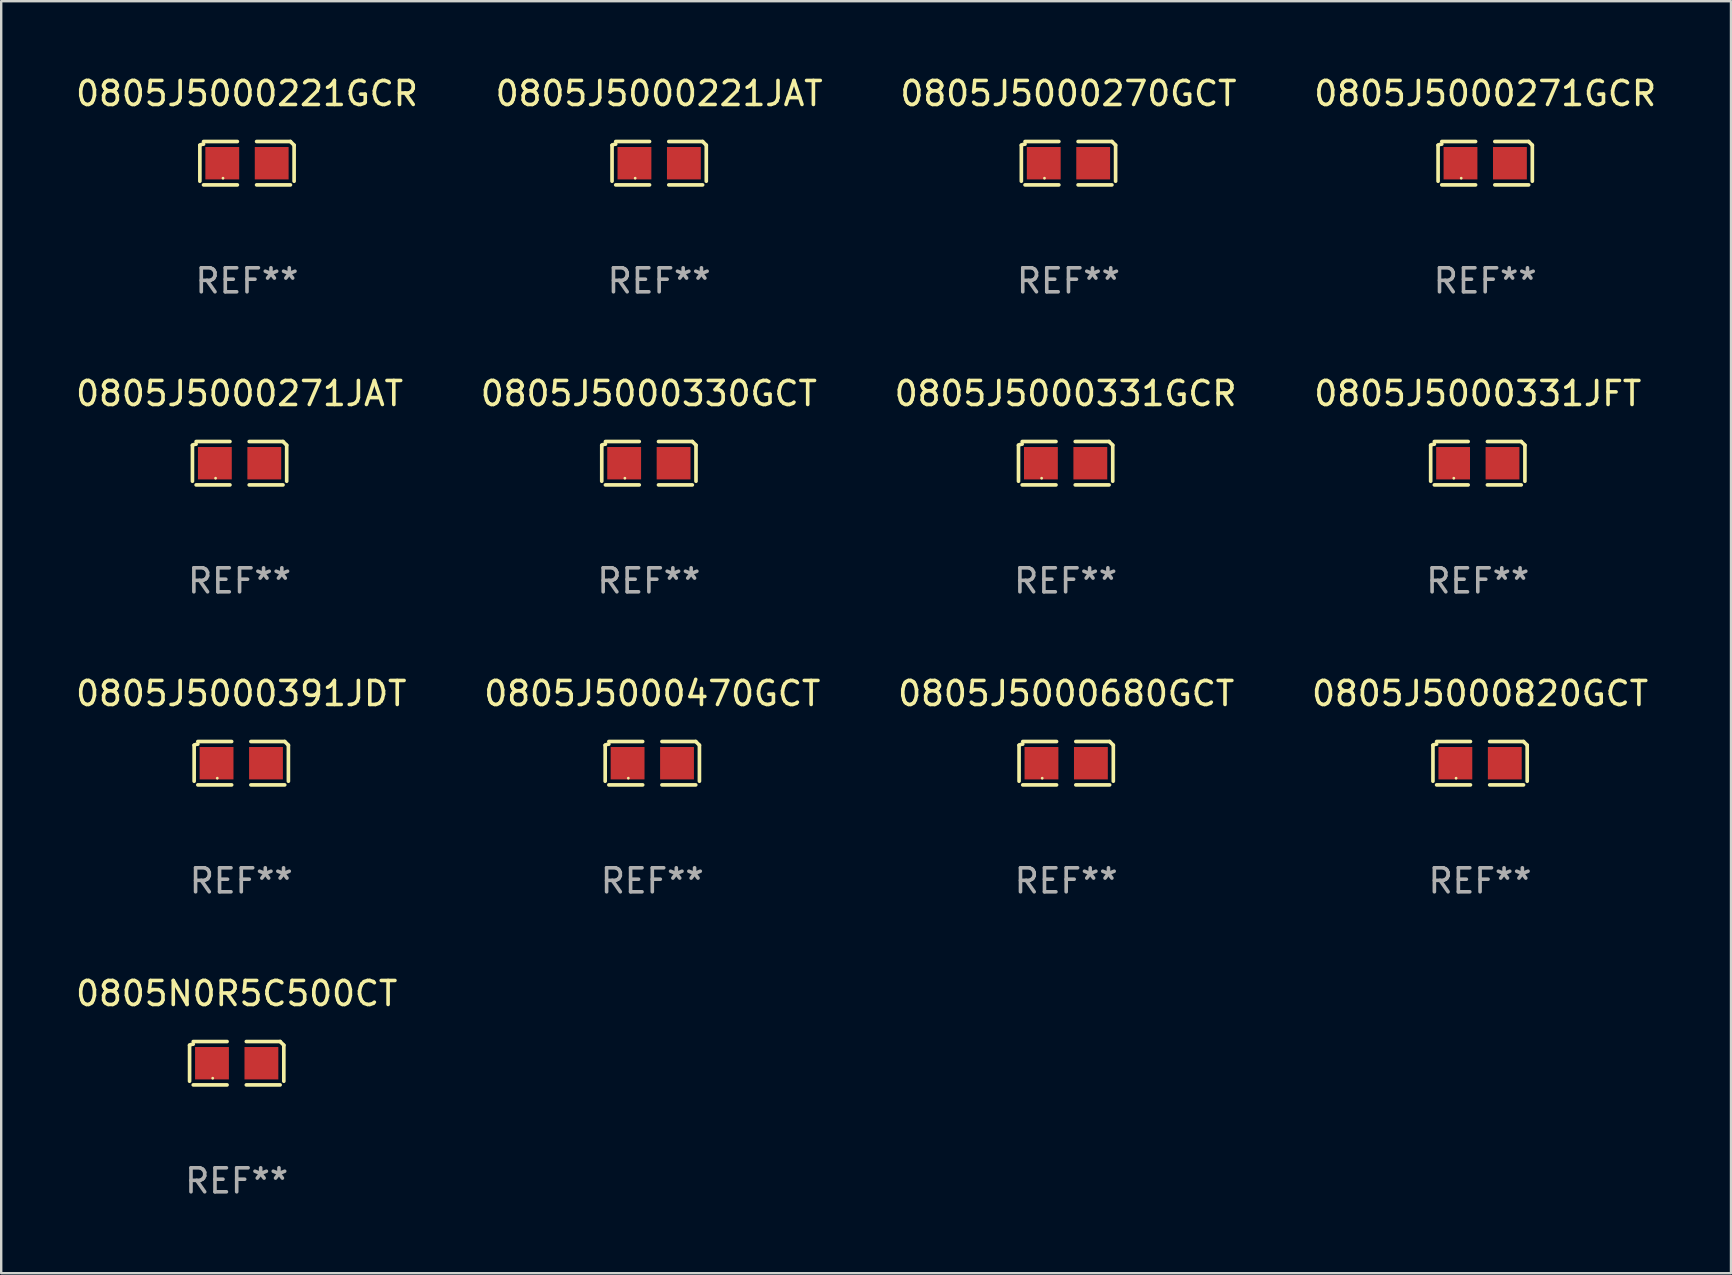
<source format=kicad_pcb>
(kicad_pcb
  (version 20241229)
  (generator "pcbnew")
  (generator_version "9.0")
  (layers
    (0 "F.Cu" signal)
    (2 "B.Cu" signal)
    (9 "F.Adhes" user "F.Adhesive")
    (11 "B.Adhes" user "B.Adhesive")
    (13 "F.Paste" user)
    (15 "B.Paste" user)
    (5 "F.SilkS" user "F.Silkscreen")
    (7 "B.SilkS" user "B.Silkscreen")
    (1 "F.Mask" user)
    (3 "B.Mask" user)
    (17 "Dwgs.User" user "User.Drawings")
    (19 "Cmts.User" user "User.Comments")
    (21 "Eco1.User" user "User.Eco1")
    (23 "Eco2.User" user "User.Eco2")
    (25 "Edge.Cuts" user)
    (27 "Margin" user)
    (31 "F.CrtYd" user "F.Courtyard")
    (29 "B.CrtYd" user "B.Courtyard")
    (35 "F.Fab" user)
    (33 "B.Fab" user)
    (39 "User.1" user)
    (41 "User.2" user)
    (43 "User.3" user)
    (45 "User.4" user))
  (footprint "0805J5000271JAT"
    (layer "F.Cu")
    (at 6.935 16.256)
    (property "Reference" "0805J5000271JAT" (at 0 -2.904 0) (layer "F.SilkS") (effects (font (size 1 1) (thickness 0.15))))
    (attr through_hole)
    (fp_line (start -1.964 0.751) (end -1.964 -0.751) (stroke (width 0.152) (type solid)) (layer "F.SilkS"))
    (fp_line (start -1.811 -0.904) (end -0.401 -0.904) (stroke (width 0.152) (type solid)) (layer "F.SilkS"))
    (fp_line (start -0.401 0.904) (end -1.811 0.904) (stroke (width 0.152) (type solid)) (layer "F.SilkS"))
    (fp_line (start 0.401 0.904) (end 1.811 0.904) (stroke (width 0.152) (type solid)) (layer "F.SilkS"))
    (fp_line (start 1.811 -0.904) (end 0.401 -0.904) (stroke (width 0.152) (type solid)) (layer "F.SilkS"))
    (fp_line (start 1.964 0.751) (end 1.964 -0.751) (stroke (width 0.152) (type solid)) (layer "F.SilkS"))
    (fp_arc (start -1.963602 -0.751207) (mid -1.890354 -0.783131) (end -1.811201 -0.794044) (stroke (width 0.1524) (type solid)) (layer "F.SilkS"))
    (fp_arc (start 1.811202 -0.903607) (mid 1.887413 -0.827418) (end 1.963602 -0.751207) (stroke (width 0.1524) (type solid)) (layer "F.SilkS"))
    (fp_circle (center -1 0.625) (end -0.97 0.625) (stroke (width 0.06) (type solid)) (fill no) (layer "F.SilkS"))
    (fp_text user "REF**" (at 0 4.904 0) (layer "F.Fab") (effects (font (size 1 1) (thickness 0.15))))
    (pad "1" smd rect (at -1.03 0) (size 1.41 1.35) (layers "F.Cu" "F.Mask" "F.Paste"))
    (pad "2" smd rect (at 1.03 0) (size 1.41 1.35) (layers "F.Cu" "F.Mask" "F.Paste")))
  (footprint "0805J5000331GCR"
    (layer "F.Cu")
    (at 41.363 16.256)
    (property "Reference" "0805J5000331GCR" (at 0 -2.904 0) (layer "F.SilkS") (effects (font (size 1 1) (thickness 0.15))))
    (attr through_hole)
    (fp_line (start -1.964 0.751) (end -1.964 -0.751) (stroke (width 0.152) (type solid)) (layer "F.SilkS"))
    (fp_line (start -1.811 -0.904) (end -0.401 -0.904) (stroke (width 0.152) (type solid)) (layer "F.SilkS"))
    (fp_line (start -0.401 0.904) (end -1.811 0.904) (stroke (width 0.152) (type solid)) (layer "F.SilkS"))
    (fp_line (start 0.401 0.904) (end 1.811 0.904) (stroke (width 0.152) (type solid)) (layer "F.SilkS"))
    (fp_line (start 1.811 -0.904) (end 0.401 -0.904) (stroke (width 0.152) (type solid)) (layer "F.SilkS"))
    (fp_line (start 1.964 0.751) (end 1.964 -0.751) (stroke (width 0.152) (type solid)) (layer "F.SilkS"))
    (fp_arc (start -1.963602 -0.751207) (mid -1.890354 -0.783131) (end -1.811201 -0.794044) (stroke (width 0.1524) (type solid)) (layer "F.SilkS"))
    (fp_arc (start 1.811202 -0.903607) (mid 1.887413 -0.827418) (end 1.963602 -0.751207) (stroke (width 0.1524) (type solid)) (layer "F.SilkS"))
    (fp_circle (center -1 0.625) (end -0.97 0.625) (stroke (width 0.06) (type solid)) (fill no) (layer "F.SilkS"))
    (fp_text user "REF**" (at 0 4.904 0) (layer "F.Fab") (effects (font (size 1 1) (thickness 0.15))))
    (pad "1" smd rect (at -1.03 0) (size 1.41 1.35) (layers "F.Cu" "F.Mask" "F.Paste"))
    (pad "2" smd rect (at 1.03 0) (size 1.41 1.35) (layers "F.Cu" "F.Mask" "F.Paste")))
  (footprint "0805J5000221JAT"
    (layer "F.Cu")
    (at 24.423 3.752)
    (property "Reference" "0805J5000221JAT" (at 0 -2.904 0) (layer "F.SilkS") (effects (font (size 1 1) (thickness 0.15))))
    (attr through_hole)
    (fp_line (start -1.964 0.751) (end -1.964 -0.751) (stroke (width 0.152) (type solid)) (layer "F.SilkS"))
    (fp_line (start -1.811 -0.904) (end -0.401 -0.904) (stroke (width 0.152) (type solid)) (layer "F.SilkS"))
    (fp_line (start -0.401 0.904) (end -1.811 0.904) (stroke (width 0.152) (type solid)) (layer "F.SilkS"))
    (fp_line (start 0.401 0.904) (end 1.811 0.904) (stroke (width 0.152) (type solid)) (layer "F.SilkS"))
    (fp_line (start 1.811 -0.904) (end 0.401 -0.904) (stroke (width 0.152) (type solid)) (layer "F.SilkS"))
    (fp_line (start 1.964 0.751) (end 1.964 -0.751) (stroke (width 0.152) (type solid)) (layer "F.SilkS"))
    (fp_arc (start -1.963602 -0.751207) (mid -1.890354 -0.783131) (end -1.811201 -0.794044) (stroke (width 0.1524) (type solid)) (layer "F.SilkS"))
    (fp_arc (start 1.811202 -0.903607) (mid 1.887413 -0.827418) (end 1.963602 -0.751207) (stroke (width 0.1524) (type solid)) (layer "F.SilkS"))
    (fp_circle (center -1 0.625) (end -0.97 0.625) (stroke (width 0.06) (type solid)) (fill no) (layer "F.SilkS"))
    (fp_text user "REF**" (at 0 4.904 0) (layer "F.Fab") (effects (font (size 1 1) (thickness 0.15))))
    (pad "1" smd rect (at -1.03 0) (size 1.41 1.35) (layers "F.Cu" "F.Mask" "F.Paste"))
    (pad "2" smd rect (at 1.03 0) (size 1.41 1.35) (layers "F.Cu" "F.Mask" "F.Paste")))
  (footprint "0805J5000820GCT"
    (layer "F.Cu")
    (at 58.637 28.759)
    (property "Reference" "0805J5000820GCT" (at 0 -2.904 0) (layer "F.SilkS") (effects (font (size 1 1) (thickness 0.15))))
    (attr through_hole)
    (fp_line (start -1.964 0.751) (end -1.964 -0.751) (stroke (width 0.152) (type solid)) (layer "F.SilkS"))
    (fp_line (start -1.811 -0.904) (end -0.401 -0.904) (stroke (width 0.152) (type solid)) (layer "F.SilkS"))
    (fp_line (start -0.401 0.904) (end -1.811 0.904) (stroke (width 0.152) (type solid)) (layer "F.SilkS"))
    (fp_line (start 0.401 0.904) (end 1.811 0.904) (stroke (width 0.152) (type solid)) (layer "F.SilkS"))
    (fp_line (start 1.811 -0.904) (end 0.401 -0.904) (stroke (width 0.152) (type solid)) (layer "F.SilkS"))
    (fp_line (start 1.964 0.751) (end 1.964 -0.751) (stroke (width 0.152) (type solid)) (layer "F.SilkS"))
    (fp_arc (start -1.963602 -0.751207) (mid -1.890354 -0.783131) (end -1.811201 -0.794044) (stroke (width 0.1524) (type solid)) (layer "F.SilkS"))
    (fp_arc (start 1.811202 -0.903607) (mid 1.887413 -0.827418) (end 1.963602 -0.751207) (stroke (width 0.1524) (type solid)) (layer "F.SilkS"))
    (fp_circle (center -1 0.625) (end -0.97 0.625) (stroke (width 0.06) (type solid)) (fill no) (layer "F.SilkS"))
    (fp_text user "REF**" (at 0 4.904 0) (layer "F.Fab") (effects (font (size 1 1) (thickness 0.15))))
    (pad "1" smd rect (at -1.03 0) (size 1.41 1.35) (layers "F.Cu" "F.Mask" "F.Paste"))
    (pad "2" smd rect (at 1.03 0) (size 1.41 1.35) (layers "F.Cu" "F.Mask" "F.Paste")))
  (footprint "0805J5000271GCR"
    (layer "F.Cu")
    (at 58.851 3.752)
    (property "Reference" "0805J5000271GCR" (at 0 -2.904 0) (layer "F.SilkS") (effects (font (size 1 1) (thickness 0.15))))
    (attr through_hole)
    (fp_line (start -1.964 0.751) (end -1.964 -0.751) (stroke (width 0.152) (type solid)) (layer "F.SilkS"))
    (fp_line (start -1.811 -0.904) (end -0.401 -0.904) (stroke (width 0.152) (type solid)) (layer "F.SilkS"))
    (fp_line (start -0.401 0.904) (end -1.811 0.904) (stroke (width 0.152) (type solid)) (layer "F.SilkS"))
    (fp_line (start 0.401 0.904) (end 1.811 0.904) (stroke (width 0.152) (type solid)) (layer "F.SilkS"))
    (fp_line (start 1.811 -0.904) (end 0.401 -0.904) (stroke (width 0.152) (type solid)) (layer "F.SilkS"))
    (fp_line (start 1.964 0.751) (end 1.964 -0.751) (stroke (width 0.152) (type solid)) (layer "F.SilkS"))
    (fp_arc (start -1.963602 -0.751207) (mid -1.890354 -0.783131) (end -1.811201 -0.794044) (stroke (width 0.1524) (type solid)) (layer "F.SilkS"))
    (fp_arc (start 1.811202 -0.903607) (mid 1.887413 -0.827418) (end 1.963602 -0.751207) (stroke (width 0.1524) (type solid)) (layer "F.SilkS"))
    (fp_circle (center -1 0.625) (end -0.97 0.625) (stroke (width 0.06) (type solid)) (fill no) (layer "F.SilkS"))
    (fp_text user "REF**" (at 0 4.904 0) (layer "F.Fab") (effects (font (size 1 1) (thickness 0.15))))
    (pad "1" smd rect (at -1.03 0) (size 1.41 1.35) (layers "F.Cu" "F.Mask" "F.Paste"))
    (pad "2" smd rect (at 1.03 0) (size 1.41 1.35) (layers "F.Cu" "F.Mask" "F.Paste")))
  (footprint "0805J5000221GCR"
    (layer "F.Cu")
    (at 7.244 3.752)
    (property "Reference" "0805J5000221GCR" (at 0 -2.904 0) (layer "F.SilkS") (effects (font (size 1 1) (thickness 0.15))))
    (attr through_hole)
    (fp_line (start -1.964 0.751) (end -1.964 -0.751) (stroke (width 0.152) (type solid)) (layer "F.SilkS"))
    (fp_line (start -1.811 -0.904) (end -0.401 -0.904) (stroke (width 0.152) (type solid)) (layer "F.SilkS"))
    (fp_line (start -0.401 0.904) (end -1.811 0.904) (stroke (width 0.152) (type solid)) (layer "F.SilkS"))
    (fp_line (start 0.401 0.904) (end 1.811 0.904) (stroke (width 0.152) (type solid)) (layer "F.SilkS"))
    (fp_line (start 1.811 -0.904) (end 0.401 -0.904) (stroke (width 0.152) (type solid)) (layer "F.SilkS"))
    (fp_line (start 1.964 0.751) (end 1.964 -0.751) (stroke (width 0.152) (type solid)) (layer "F.SilkS"))
    (fp_arc (start -1.963602 -0.751207) (mid -1.890354 -0.783131) (end -1.811201 -0.794044) (stroke (width 0.1524) (type solid)) (layer "F.SilkS"))
    (fp_arc (start 1.811202 -0.903607) (mid 1.887413 -0.827418) (end 1.963602 -0.751207) (stroke (width 0.1524) (type solid)) (layer "F.SilkS"))
    (fp_circle (center -1 0.625) (end -0.97 0.625) (stroke (width 0.06) (type solid)) (fill no) (layer "F.SilkS"))
    (fp_text user "REF**" (at 0 4.904 0) (layer "F.Fab") (effects (font (size 1 1) (thickness 0.15))))
    (pad "1" smd rect (at -1.03 0) (size 1.41 1.35) (layers "F.Cu" "F.Mask" "F.Paste"))
    (pad "2" smd rect (at 1.03 0) (size 1.41 1.35) (layers "F.Cu" "F.Mask" "F.Paste")))
  (footprint "0805N0R5C500CT"
    (layer "F.Cu")
    (at 6.815 41.263)
    (property "Reference" "0805N0R5C500CT" (at 0 -2.904 0) (layer "F.SilkS") (effects (font (size 1 1) (thickness 0.15))))
    (attr through_hole)
    (fp_line (start -1.964 0.751) (end -1.964 -0.751) (stroke (width 0.152) (type solid)) (layer "F.SilkS"))
    (fp_line (start -1.811 -0.904) (end -0.401 -0.904) (stroke (width 0.152) (type solid)) (layer "F.SilkS"))
    (fp_line (start -0.401 0.904) (end -1.811 0.904) (stroke (width 0.152) (type solid)) (layer "F.SilkS"))
    (fp_line (start 0.401 0.904) (end 1.811 0.904) (stroke (width 0.152) (type solid)) (layer "F.SilkS"))
    (fp_line (start 1.811 -0.904) (end 0.401 -0.904) (stroke (width 0.152) (type solid)) (layer "F.SilkS"))
    (fp_line (start 1.964 0.751) (end 1.964 -0.751) (stroke (width 0.152) (type solid)) (layer "F.SilkS"))
    (fp_arc (start -1.963602 -0.751207) (mid -1.890354 -0.783131) (end -1.811201 -0.794044) (stroke (width 0.1524) (type solid)) (layer "F.SilkS"))
    (fp_arc (start 1.811202 -0.903607) (mid 1.887413 -0.827418) (end 1.963602 -0.751207) (stroke (width 0.1524) (type solid)) (layer "F.SilkS"))
    (fp_circle (center -1 0.625) (end -0.97 0.625) (stroke (width 0.06) (type solid)) (fill no) (layer "F.SilkS"))
    (fp_text user "REF**" (at 0 4.904 0) (layer "F.Fab") (effects (font (size 1 1) (thickness 0.15))))
    (pad "1" smd rect (at -1.03 0) (size 1.41 1.35) (layers "F.Cu" "F.Mask" "F.Paste"))
    (pad "2" smd rect (at 1.03 0) (size 1.41 1.35) (layers "F.Cu" "F.Mask" "F.Paste")))
  (footprint "0805J5000470GCT"
    (layer "F.Cu")
    (at 24.137 28.759)
    (property "Reference" "0805J5000470GCT" (at 0 -2.904 0) (layer "F.SilkS") (effects (font (size 1 1) (thickness 0.15))))
    (attr through_hole)
    (fp_line (start -1.964 0.751) (end -1.964 -0.751) (stroke (width 0.152) (type solid)) (layer "F.SilkS"))
    (fp_line (start -1.811 -0.904) (end -0.401 -0.904) (stroke (width 0.152) (type solid)) (layer "F.SilkS"))
    (fp_line (start -0.401 0.904) (end -1.811 0.904) (stroke (width 0.152) (type solid)) (layer "F.SilkS"))
    (fp_line (start 0.401 0.904) (end 1.811 0.904) (stroke (width 0.152) (type solid)) (layer "F.SilkS"))
    (fp_line (start 1.811 -0.904) (end 0.401 -0.904) (stroke (width 0.152) (type solid)) (layer "F.SilkS"))
    (fp_line (start 1.964 0.751) (end 1.964 -0.751) (stroke (width 0.152) (type solid)) (layer "F.SilkS"))
    (fp_arc (start -1.963602 -0.751207) (mid -1.890354 -0.783131) (end -1.811201 -0.794044) (stroke (width 0.1524) (type solid)) (layer "F.SilkS"))
    (fp_arc (start 1.811202 -0.903607) (mid 1.887413 -0.827418) (end 1.963602 -0.751207) (stroke (width 0.1524) (type solid)) (layer "F.SilkS"))
    (fp_circle (center -1 0.625) (end -0.97 0.625) (stroke (width 0.06) (type solid)) (fill no) (layer "F.SilkS"))
    (fp_text user "REF**" (at 0 4.904 0) (layer "F.Fab") (effects (font (size 1 1) (thickness 0.15))))
    (pad "1" smd rect (at -1.03 0) (size 1.41 1.35) (layers "F.Cu" "F.Mask" "F.Paste"))
    (pad "2" smd rect (at 1.03 0) (size 1.41 1.35) (layers "F.Cu" "F.Mask" "F.Paste")))
  (footprint "0805J5000331JFT"
    (layer "F.Cu")
    (at 58.542 16.256)
    (property "Reference" "0805J5000331JFT" (at 0 -2.904 0) (layer "F.SilkS") (effects (font (size 1 1) (thickness 0.15))))
    (attr through_hole)
    (fp_line (start -1.964 0.751) (end -1.964 -0.751) (stroke (width 0.152) (type solid)) (layer "F.SilkS"))
    (fp_line (start -1.811 -0.904) (end -0.401 -0.904) (stroke (width 0.152) (type solid)) (layer "F.SilkS"))
    (fp_line (start -0.401 0.904) (end -1.811 0.904) (stroke (width 0.152) (type solid)) (layer "F.SilkS"))
    (fp_line (start 0.401 0.904) (end 1.811 0.904) (stroke (width 0.152) (type solid)) (layer "F.SilkS"))
    (fp_line (start 1.811 -0.904) (end 0.401 -0.904) (stroke (width 0.152) (type solid)) (layer "F.SilkS"))
    (fp_line (start 1.964 0.751) (end 1.964 -0.751) (stroke (width 0.152) (type solid)) (layer "F.SilkS"))
    (fp_arc (start -1.963602 -0.751207) (mid -1.890354 -0.783131) (end -1.811201 -0.794044) (stroke (width 0.1524) (type solid)) (layer "F.SilkS"))
    (fp_arc (start 1.811202 -0.903607) (mid 1.887413 -0.827418) (end 1.963602 -0.751207) (stroke (width 0.1524) (type solid)) (layer "F.SilkS"))
    (fp_circle (center -1 0.625) (end -0.97 0.625) (stroke (width 0.06) (type solid)) (fill no) (layer "F.SilkS"))
    (fp_text user "REF**" (at 0 4.904 0) (layer "F.Fab") (effects (font (size 1 1) (thickness 0.15))))
    (pad "1" smd rect (at -1.03 0) (size 1.41 1.35) (layers "F.Cu" "F.Mask" "F.Paste"))
    (pad "2" smd rect (at 1.03 0) (size 1.41 1.35) (layers "F.Cu" "F.Mask" "F.Paste")))
  (footprint "0805J5000680GCT"
    (layer "F.Cu")
    (at 41.387 28.759)
    (property "Reference" "0805J5000680GCT" (at 0 -2.904 0) (layer "F.SilkS") (effects (font (size 1 1) (thickness 0.15))))
    (attr through_hole)
    (fp_line (start -1.964 0.751) (end -1.964 -0.751) (stroke (width 0.152) (type solid)) (layer "F.SilkS"))
    (fp_line (start -1.811 -0.904) (end -0.401 -0.904) (stroke (width 0.152) (type solid)) (layer "F.SilkS"))
    (fp_line (start -0.401 0.904) (end -1.811 0.904) (stroke (width 0.152) (type solid)) (layer "F.SilkS"))
    (fp_line (start 0.401 0.904) (end 1.811 0.904) (stroke (width 0.152) (type solid)) (layer "F.SilkS"))
    (fp_line (start 1.811 -0.904) (end 0.401 -0.904) (stroke (width 0.152) (type solid)) (layer "F.SilkS"))
    (fp_line (start 1.964 0.751) (end 1.964 -0.751) (stroke (width 0.152) (type solid)) (layer "F.SilkS"))
    (fp_arc (start -1.963602 -0.751207) (mid -1.890354 -0.783131) (end -1.811201 -0.794044) (stroke (width 0.1524) (type solid)) (layer "F.SilkS"))
    (fp_arc (start 1.811202 -0.903607) (mid 1.887413 -0.827418) (end 1.963602 -0.751207) (stroke (width 0.1524) (type solid)) (layer "F.SilkS"))
    (fp_circle (center -1 0.625) (end -0.97 0.625) (stroke (width 0.06) (type solid)) (fill no) (layer "F.SilkS"))
    (fp_text user "REF**" (at 0 4.904 0) (layer "F.Fab") (effects (font (size 1 1) (thickness 0.15))))
    (pad "1" smd rect (at -1.03 0) (size 1.41 1.35) (layers "F.Cu" "F.Mask" "F.Paste"))
    (pad "2" smd rect (at 1.03 0) (size 1.41 1.35) (layers "F.Cu" "F.Mask" "F.Paste")))
  (footprint "0805J5000391JDT"
    (layer "F.Cu")
    (at 7.006 28.759)
    (property "Reference" "0805J5000391JDT" (at 0 -2.904 0) (layer "F.SilkS") (effects (font (size 1 1) (thickness 0.15))))
    (attr through_hole)
    (fp_line (start -1.964 0.751) (end -1.964 -0.751) (stroke (width 0.152) (type solid)) (layer "F.SilkS"))
    (fp_line (start -1.811 -0.904) (end -0.401 -0.904) (stroke (width 0.152) (type solid)) (layer "F.SilkS"))
    (fp_line (start -0.401 0.904) (end -1.811 0.904) (stroke (width 0.152) (type solid)) (layer "F.SilkS"))
    (fp_line (start 0.401 0.904) (end 1.811 0.904) (stroke (width 0.152) (type solid)) (layer "F.SilkS"))
    (fp_line (start 1.811 -0.904) (end 0.401 -0.904) (stroke (width 0.152) (type solid)) (layer "F.SilkS"))
    (fp_line (start 1.964 0.751) (end 1.964 -0.751) (stroke (width 0.152) (type solid)) (layer "F.SilkS"))
    (fp_arc (start -1.963602 -0.751207) (mid -1.890354 -0.783131) (end -1.811201 -0.794044) (stroke (width 0.1524) (type solid)) (layer "F.SilkS"))
    (fp_arc (start 1.811202 -0.903607) (mid 1.887413 -0.827418) (end 1.963602 -0.751207) (stroke (width 0.1524) (type solid)) (layer "F.SilkS"))
    (fp_circle (center -1 0.625) (end -0.97 0.625) (stroke (width 0.06) (type solid)) (fill no) (layer "F.SilkS"))
    (fp_text user "REF**" (at 0 4.904 0) (layer "F.Fab") (effects (font (size 1 1) (thickness 0.15))))
    (pad "1" smd rect (at -1.03 0) (size 1.41 1.35) (layers "F.Cu" "F.Mask" "F.Paste"))
    (pad "2" smd rect (at 1.03 0) (size 1.41 1.35) (layers "F.Cu" "F.Mask" "F.Paste")))
  (footprint "0805J5000270GCT"
    (layer "F.Cu")
    (at 41.482 3.752)
    (property "Reference" "0805J5000270GCT" (at 0 -2.904 0) (layer "F.SilkS") (effects (font (size 1 1) (thickness 0.15))))
    (attr through_hole)
    (fp_line (start -1.964 0.751) (end -1.964 -0.751) (stroke (width 0.152) (type solid)) (layer "F.SilkS"))
    (fp_line (start -1.811 -0.904) (end -0.401 -0.904) (stroke (width 0.152) (type solid)) (layer "F.SilkS"))
    (fp_line (start -0.401 0.904) (end -1.811 0.904) (stroke (width 0.152) (type solid)) (layer "F.SilkS"))
    (fp_line (start 0.401 0.904) (end 1.811 0.904) (stroke (width 0.152) (type solid)) (layer "F.SilkS"))
    (fp_line (start 1.811 -0.904) (end 0.401 -0.904) (stroke (width 0.152) (type solid)) (layer "F.SilkS"))
    (fp_line (start 1.964 0.751) (end 1.964 -0.751) (stroke (width 0.152) (type solid)) (layer "F.SilkS"))
    (fp_arc (start -1.963602 -0.751207) (mid -1.890354 -0.783131) (end -1.811201 -0.794044) (stroke (width 0.1524) (type solid)) (layer "F.SilkS"))
    (fp_arc (start 1.811202 -0.903607) (mid 1.887413 -0.827418) (end 1.963602 -0.751207) (stroke (width 0.1524) (type solid)) (layer "F.SilkS"))
    (fp_circle (center -1 0.625) (end -0.97 0.625) (stroke (width 0.06) (type solid)) (fill no) (layer "F.SilkS"))
    (fp_text user "REF**" (at 0 4.904 0) (layer "F.Fab") (effects (font (size 1 1) (thickness 0.15))))
    (pad "1" smd rect (at -1.03 0) (size 1.41 1.35) (layers "F.Cu" "F.Mask" "F.Paste"))
    (pad "2" smd rect (at 1.03 0) (size 1.41 1.35) (layers "F.Cu" "F.Mask" "F.Paste")))
  (footprint "0805J5000330GCT"
    (layer "F.Cu")
    (at 23.994 16.256)
    (property "Reference" "0805J5000330GCT" (at 0 -2.904 0) (layer "F.SilkS") (effects (font (size 1 1) (thickness 0.15))))
    (attr through_hole)
    (fp_line (start -1.964 0.751) (end -1.964 -0.751) (stroke (width 0.152) (type solid)) (layer "F.SilkS"))
    (fp_line (start -1.811 -0.904) (end -0.401 -0.904) (stroke (width 0.152) (type solid)) (layer "F.SilkS"))
    (fp_line (start -0.401 0.904) (end -1.811 0.904) (stroke (width 0.152) (type solid)) (layer "F.SilkS"))
    (fp_line (start 0.401 0.904) (end 1.811 0.904) (stroke (width 0.152) (type solid)) (layer "F.SilkS"))
    (fp_line (start 1.811 -0.904) (end 0.401 -0.904) (stroke (width 0.152) (type solid)) (layer "F.SilkS"))
    (fp_line (start 1.964 0.751) (end 1.964 -0.751) (stroke (width 0.152) (type solid)) (layer "F.SilkS"))
    (fp_arc (start -1.963602 -0.751207) (mid -1.890354 -0.783131) (end -1.811201 -0.794044) (stroke (width 0.1524) (type solid)) (layer "F.SilkS"))
    (fp_arc (start 1.811202 -0.903607) (mid 1.887413 -0.827418) (end 1.963602 -0.751207) (stroke (width 0.1524) (type solid)) (layer "F.SilkS"))
    (fp_circle (center -1 0.625) (end -0.97 0.625) (stroke (width 0.06) (type solid)) (fill no) (layer "F.SilkS"))
    (fp_text user "REF**" (at 0 4.904 0) (layer "F.Fab") (effects (font (size 1 1) (thickness 0.15))))
    (pad "1" smd rect (at -1.03 0) (size 1.41 1.35) (layers "F.Cu" "F.Mask" "F.Paste"))
    (pad "2" smd rect (at 1.03 0) (size 1.41 1.35) (layers "F.Cu" "F.Mask" "F.Paste")))
  (gr_rect
    (start -3 -3)
    (end 69.095 50.015)
    (stroke (width 0.1) (type default))
    (fill no)
    (layer "Edge.Cuts")))
</source>
